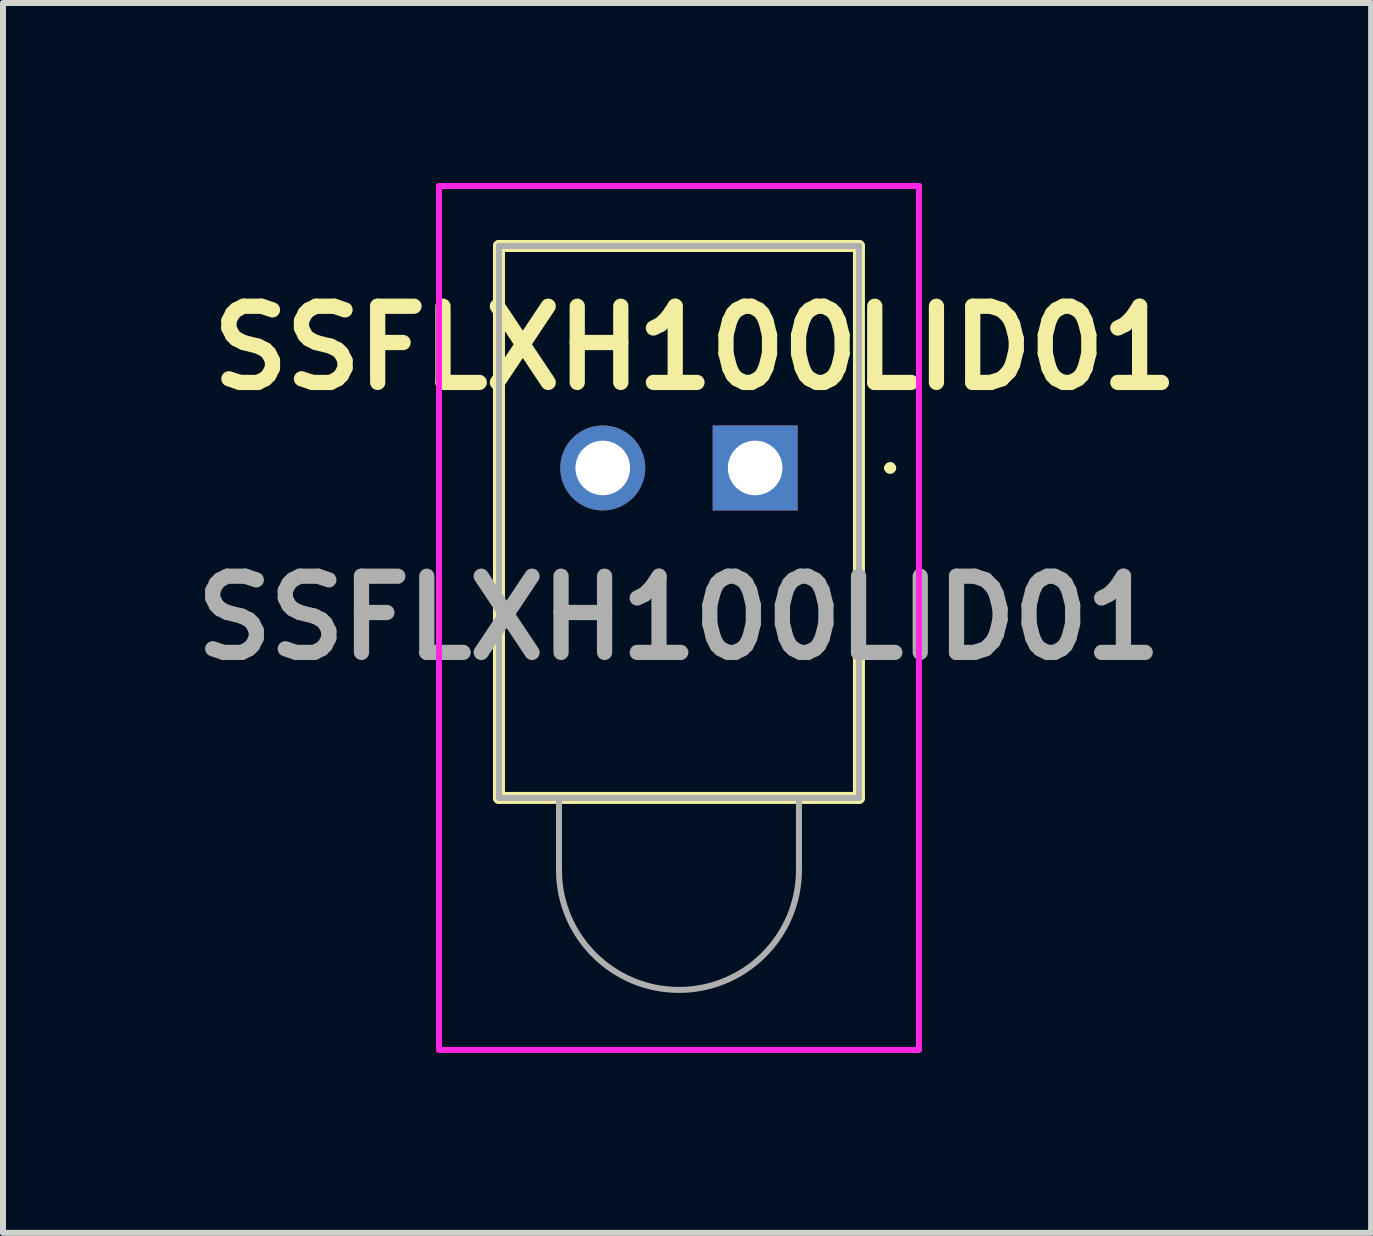
<source format=kicad_pcb>
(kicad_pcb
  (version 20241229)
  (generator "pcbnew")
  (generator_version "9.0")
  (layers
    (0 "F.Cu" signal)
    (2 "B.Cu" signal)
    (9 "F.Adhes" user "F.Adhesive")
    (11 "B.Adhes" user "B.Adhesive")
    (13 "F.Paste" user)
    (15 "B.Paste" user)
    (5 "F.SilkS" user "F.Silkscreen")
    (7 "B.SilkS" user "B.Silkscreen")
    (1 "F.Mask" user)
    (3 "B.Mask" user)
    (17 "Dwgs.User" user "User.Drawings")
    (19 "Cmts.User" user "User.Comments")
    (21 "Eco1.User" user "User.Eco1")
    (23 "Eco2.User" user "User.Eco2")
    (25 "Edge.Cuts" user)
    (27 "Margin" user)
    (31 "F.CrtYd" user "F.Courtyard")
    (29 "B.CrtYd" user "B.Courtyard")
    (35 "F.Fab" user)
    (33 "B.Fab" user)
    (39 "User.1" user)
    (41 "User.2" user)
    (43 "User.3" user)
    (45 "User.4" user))
  (footprint "SSFLXH100LID01"
    (layer "F.Cu")
    (at 9.537 4.75)
    (property "Reference" "SSFLXH100LID01" (at -1 -2 0) (layer "F.SilkS") (effects (font (size 1.27 1.27) (thickness 0.254))))
    (attr through_hole)
    (fp_line (start -4.27 -3.7) (end -4.27 5.5) (stroke (width 0.2) (type solid)) (layer "F.SilkS"))
    (fp_line (start -4.27 5.5) (end 1.73 5.5) (stroke (width 0.2) (type solid)) (layer "F.SilkS"))
    (fp_line (start 1.73 -3.7) (end -4.27 -3.7) (stroke (width 0.2) (type solid)) (layer "F.SilkS"))
    (fp_line (start 1.73 5.5) (end 1.73 -3.7) (stroke (width 0.2) (type solid)) (layer "F.SilkS"))
    (fp_line (start 2.2 0) (end 2.2 0) (stroke (width 0.1) (type solid)) (layer "F.SilkS"))
    (fp_line (start 2.3 0) (end 2.3 0) (stroke (width 0.1) (type solid)) (layer "F.SilkS"))
    (fp_arc (start 2.2 0) (mid 2.25 -0.05) (end 2.3 0) (stroke (width 0.1) (type solid)) (layer "F.SilkS"))
    (fp_arc (start 2.3 0) (mid 2.25 0.05) (end 2.2 0) (stroke (width 0.1) (type solid)) (layer "F.SilkS"))
    (fp_line (start -5.27 -4.7) (end -5.27 9.7) (stroke (width 0.1) (type solid)) (layer "F.CrtYd"))
    (fp_line (start -5.27 9.7) (end 2.73 9.7) (stroke (width 0.1) (type solid)) (layer "F.CrtYd"))
    (fp_line (start 2.73 -4.7) (end -5.27 -4.7) (stroke (width 0.1) (type solid)) (layer "F.CrtYd"))
    (fp_line (start 2.73 9.7) (end 2.73 -4.7) (stroke (width 0.1) (type solid)) (layer "F.CrtYd"))
    (fp_line (start -4.27 -3.7) (end -4.27 5.5) (stroke (width 0.1) (type solid)) (layer "F.Fab"))
    (fp_line (start -4.27 5.5) (end 1.73 5.5) (stroke (width 0.1) (type solid)) (layer "F.Fab"))
    (fp_line (start -3.27 6.7) (end -3.27 5.5) (stroke (width 0.1) (type solid)) (layer "F.Fab"))
    (fp_line (start 0.73 5.5) (end 0.73 6.7) (stroke (width 0.1) (type solid)) (layer "F.Fab"))
    (fp_line (start 0.73 6.7) (end 0.73 6.7) (stroke (width 0.1) (type solid)) (layer "F.Fab"))
    (fp_line (start 1.73 -3.7) (end -4.27 -3.7) (stroke (width 0.1) (type solid)) (layer "F.Fab"))
    (fp_line (start 1.73 5.5) (end 1.73 -3.7) (stroke (width 0.1) (type solid)) (layer "F.Fab"))
    (fp_arc (start 0.73 6.7) (mid -1.27 8.7) (end -3.27 6.7) (stroke (width 0.1) (type solid)) (layer "F.Fab"))
    (fp_text user "${REFERENCE}" (at -1.27 2.5 0) (layer "F.Fab") (effects (font (size 1.27 1.27) (thickness 0.254))))
    (pad "1" thru_hole rect (at 0 0) (size 1.416 1.416) (drill 0.91) (layers "*.Cu" "*.Mask"))
    (pad "2" thru_hole circle (at -2.54 0) (size 1.416 1.416) (drill 0.91) (layers "*.Cu" "*.Mask")))
  (gr_rect
    (start -3 -3)
    (end 19.804 17.5)
    (stroke (width 0.1) (type default))
    (fill no)
    (layer "Edge.Cuts")))
</source>
